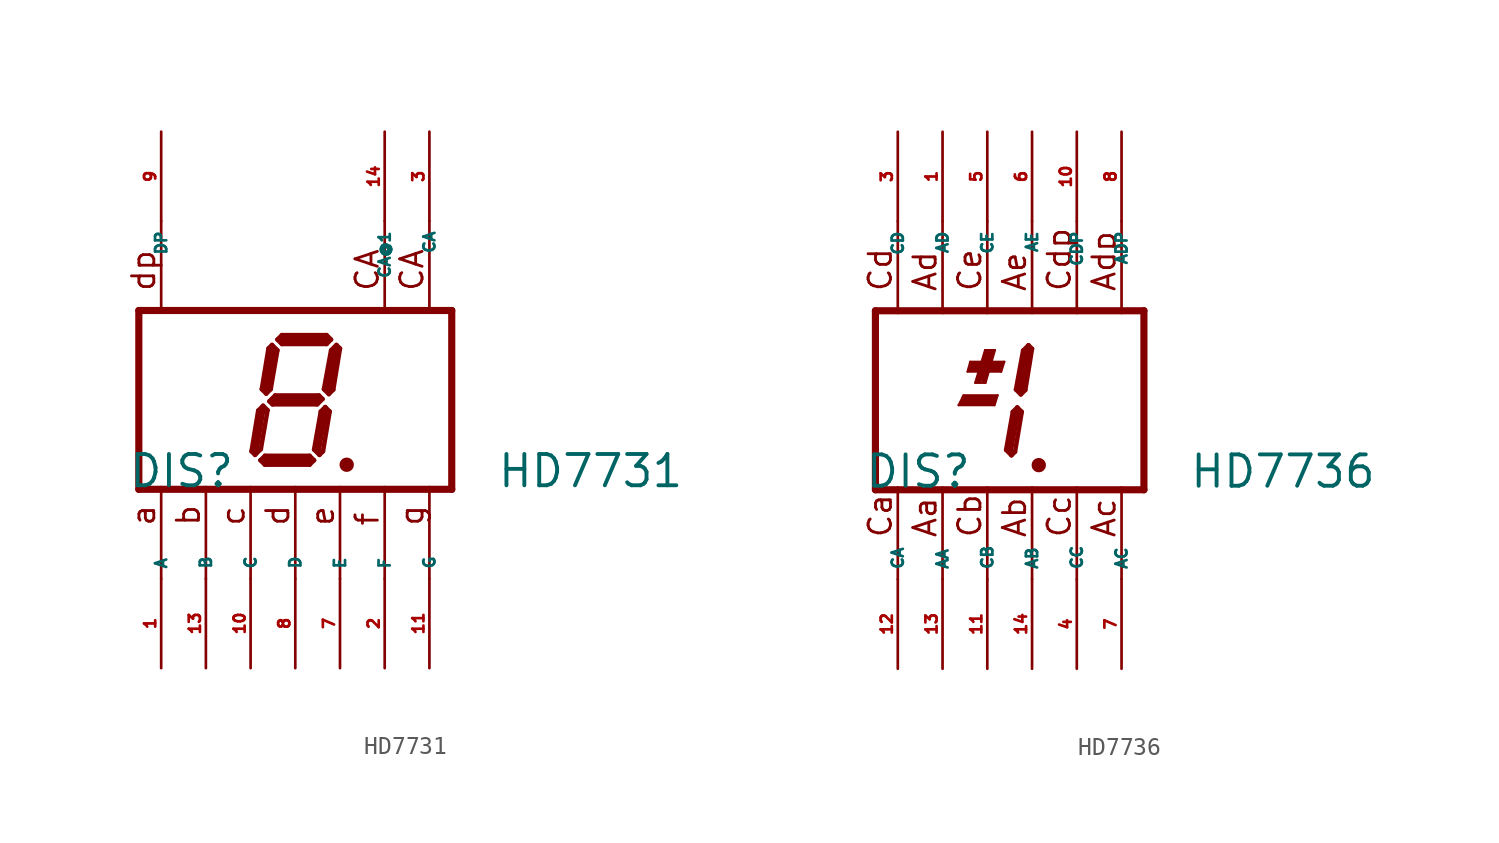
<source format=kicad_sym>
(kicad_symbol_lib
  (version 20220914)
  (generator Eagle2Kicad)
  (symbol "HD7731"
    (property "Reference" "DIS"
      (at -9.525 -5.08 0)
      (effects (font (size 1.778 1.778) (thickness 0.22)) (justify left bottom)))
    (property "Value" "HD7731"
      (at 11.43 -5.08 0)
      (effects (font (size 1.778 1.778) (thickness 0.22)) (justify left bottom)))
    (polyline
      (pts (xy 2.794 -3.683) (xy 3.048 -3.683))
      (stroke (width 0.305) (type default))
      (fill (type none)))
    (polyline
      (pts (xy 2.337 3.124) (xy 2.032 2.819))
      (stroke (width 0.254) (type default))
      (fill (type none)))
    (polyline
      (pts (xy 2.032 2.819) (xy 1.626 0.61))
      (stroke (width 0.254) (type default))
      (fill (type none)))
    (polyline
      (pts (xy 1.626 0.61) (xy 1.905 0.33))
      (stroke (width 0.254) (type default))
      (fill (type none)))
    (polyline
      (pts (xy 1.905 0.33) (xy 2.159 0.584))
      (stroke (width 0.254) (type default))
      (fill (type none)))
    (polyline
      (pts (xy 2.159 0.584) (xy 2.54 2.921))
      (stroke (width 0.254) (type default))
      (fill (type none)))
    (polyline
      (pts (xy 2.54 2.921) (xy 2.337 3.124))
      (stroke (width 0.254) (type default))
      (fill (type none)))
    (polyline
      (pts (xy 2.032 3.429) (xy 1.778 3.175))
      (stroke (width 0.254) (type default))
      (fill (type none)))
    (polyline
      (pts (xy 1.778 3.175) (xy -0.762 3.175))
      (stroke (width 0.254) (type default))
      (fill (type none)))
    (polyline
      (pts (xy -0.762 3.175) (xy -1.016 3.429))
      (stroke (width 0.254) (type default))
      (fill (type none)))
    (polyline
      (pts (xy -1.016 3.429) (xy -0.762 3.683))
      (stroke (width 0.254) (type default))
      (fill (type none)))
    (polyline
      (pts (xy -0.762 3.683) (xy 1.778 3.683))
      (stroke (width 0.254) (type default))
      (fill (type none)))
    (polyline
      (pts (xy 1.778 3.683) (xy 2.032 3.429))
      (stroke (width 0.254) (type default))
      (fill (type none)))
    (polyline
      (pts (xy -1.321 3.124) (xy -1.016 2.819))
      (stroke (width 0.254) (type default))
      (fill (type none)))
    (polyline
      (pts (xy -1.016 2.819) (xy -1.397 0.61))
      (stroke (width 0.254) (type default))
      (fill (type none)))
    (polyline
      (pts (xy -1.397 0.61) (xy -1.651 0.356))
      (stroke (width 0.254) (type default))
      (fill (type none)))
    (polyline
      (pts (xy -1.651 0.356) (xy -1.905 0.61))
      (stroke (width 0.254) (type default))
      (fill (type none)))
    (polyline
      (pts (xy -1.905 0.61) (xy -1.524 2.921))
      (stroke (width 0.254) (type default))
      (fill (type none)))
    (polyline
      (pts (xy -1.524 2.921) (xy -1.321 3.124))
      (stroke (width 0.254) (type default))
      (fill (type none)))
    (polyline
      (pts (xy -1.473 -0.076) (xy -1.143 0.254))
      (stroke (width 0.254) (type default))
      (fill (type none)))
    (polyline
      (pts (xy -1.143 0.254) (xy 1.346 0.254))
      (stroke (width 0.254) (type default))
      (fill (type none)))
    (polyline
      (pts (xy 1.346 0.254) (xy 1.549 0.051))
      (stroke (width 0.254) (type default))
      (fill (type none)))
    (polyline
      (pts (xy 1.549 0.051) (xy 1.245 -0.254))
      (stroke (width 0.254) (type default))
      (fill (type none)))
    (polyline
      (pts (xy 1.245 -0.254) (xy -1.295 -0.254))
      (stroke (width 0.254) (type default))
      (fill (type none)))
    (polyline
      (pts (xy -1.295 -0.254) (xy -1.473 -0.076))
      (stroke (width 0.254) (type default))
      (fill (type none)))
    (polyline
      (pts (xy -1.829 -0.33) (xy -1.575 -0.584))
      (stroke (width 0.254) (type default))
      (fill (type none)))
    (polyline
      (pts (xy -2.286 -3.124) (xy -1.956 -2.794))
      (stroke (width 0.254) (type default))
      (fill (type none)))
    (polyline
      (pts (xy -1.956 -2.794) (xy -1.575 -0.584))
      (stroke (width 0.254) (type default))
      (fill (type none)))
    (polyline
      (pts (xy -1.829 -0.33) (xy -2.108 -0.61))
      (stroke (width 0.254) (type default))
      (fill (type none)))
    (polyline
      (pts (xy -2.108 -0.61) (xy -2.489 -2.921))
      (stroke (width 0.254) (type default))
      (fill (type none)))
    (polyline
      (pts (xy -2.489 -2.921) (xy -2.286 -3.124))
      (stroke (width 0.254) (type default))
      (fill (type none)))
    (polyline
      (pts (xy -1.981 -3.429) (xy -1.727 -3.175))
      (stroke (width 0.254) (type default))
      (fill (type none)))
    (polyline
      (pts (xy -1.727 -3.175) (xy 0.813 -3.175))
      (stroke (width 0.254) (type default))
      (fill (type none)))
    (polyline
      (pts (xy 0.813 -3.175) (xy 1.067 -3.429))
      (stroke (width 0.254) (type default))
      (fill (type none)))
    (polyline
      (pts (xy 1.067 -3.429) (xy 0.813 -3.683))
      (stroke (width 0.254) (type default))
      (fill (type none)))
    (polyline
      (pts (xy 0.813 -3.683) (xy -1.727 -3.683))
      (stroke (width 0.254) (type default))
      (fill (type none)))
    (polyline
      (pts (xy -1.727 -3.683) (xy -1.981 -3.429))
      (stroke (width 0.254) (type default))
      (fill (type none)))
    (polyline
      (pts (xy 1.702 -0.406) (xy 1.448 -0.66))
      (stroke (width 0.254) (type default))
      (fill (type none)))
    (polyline
      (pts (xy 1.448 -0.66) (xy 1.067 -2.819))
      (stroke (width 0.254) (type default))
      (fill (type none)))
    (polyline
      (pts (xy 1.067 -2.819) (xy 1.372 -3.124))
      (stroke (width 0.254) (type default))
      (fill (type none)))
    (polyline
      (pts (xy 1.372 -3.124) (xy 1.575 -2.921))
      (stroke (width 0.254) (type default))
      (fill (type none)))
    (polyline
      (pts (xy 1.575 -2.921) (xy 1.956 -0.66))
      (stroke (width 0.254) (type default))
      (fill (type none)))
    (polyline
      (pts (xy 1.956 -0.66) (xy 1.702 -0.406))
      (stroke (width 0.254) (type default))
      (fill (type none)))
    (polyline
      (pts (xy 2.286 2.794) (xy 1.905 0.635))
      (stroke (width 0.406) (type default))
      (fill (type none)))
    (polyline
      (pts (xy 1.778 3.429) (xy -0.762 3.429))
      (stroke (width 0.406) (type default))
      (fill (type none)))
    (polyline
      (pts (xy -1.27 2.794) (xy -1.651 0.635))
      (stroke (width 0.406) (type default))
      (fill (type none)))
    (polyline
      (pts (xy -1.27 0) (xy 1.27 0))
      (stroke (width 0.406) (type default))
      (fill (type none)))
    (polyline
      (pts (xy 1.651 -0.762) (xy 1.27 -2.794))
      (stroke (width 0.406) (type default))
      (fill (type none)))
    (polyline
      (pts (xy 0.762 -3.429) (xy -1.651 -3.429))
      (stroke (width 0.406) (type default))
      (fill (type none)))
    (polyline
      (pts (xy -2.286 -2.921) (xy -1.905 -0.635))
      (stroke (width 0.406) (type default))
      (fill (type none)))
    (polyline
      (pts (xy -8.89 5.08) (xy 8.89 5.08))
      (stroke (width 0.406) (type default))
      (fill (type none)))
    (polyline
      (pts (xy 8.89 -5.08) (xy 8.89 5.08))
      (stroke (width 0.406) (type default))
      (fill (type none)))
    (polyline
      (pts (xy 8.89 -5.08) (xy -8.89 -5.08))
      (stroke (width 0.406) (type default))
      (fill (type none)))
    (polyline
      (pts (xy -8.89 5.08) (xy -8.89 -5.08))
      (stroke (width 0.406) (type default))
      (fill (type none)))
    (polyline
      (pts (xy 7.62 -4.953) (xy 7.62 -10.16))
      (stroke (width 0.152) (type default))
      (fill (type none)))
    (polyline
      (pts (xy 5.08 -4.953) (xy 5.08 -10.16))
      (stroke (width 0.152) (type default))
      (fill (type none)))
    (polyline
      (pts (xy 0 -4.953) (xy 0 -10.16))
      (stroke (width 0.152) (type default))
      (fill (type none)))
    (polyline
      (pts (xy -5.08 -4.953) (xy -5.08 -10.16))
      (stroke (width 0.152) (type default))
      (fill (type none)))
    (polyline
      (pts (xy -7.62 -4.953) (xy -7.62 -10.16))
      (stroke (width 0.152) (type default))
      (fill (type none)))
    (polyline
      (pts (xy 7.62 10.16) (xy 7.62 4.953))
      (stroke (width 0.152) (type default))
      (fill (type none)))
    (polyline
      (pts (xy -2.54 -4.953) (xy -2.54 -10.16))
      (stroke (width 0.152) (type default))
      (fill (type none)))
    (polyline
      (pts (xy 2.54 -4.953) (xy 2.54 -10.16))
      (stroke (width 0.152) (type default))
      (fill (type none)))
    (polyline
      (pts (xy -7.62 10.16) (xy -7.62 4.953))
      (stroke (width 0.152) (type default))
      (fill (type none)))
    (polyline
      (pts (xy 5.08 10.16) (xy 5.08 4.953))
      (stroke (width 0.152) (type default))
      (fill (type none)))
    (text "CA"
      (at 7.366 6.096 900)
      (effects (font (size 1.27 1.27) (thickness 0.16)) (justify left bottom)))
    (text "CA"
      (at 4.826 6.096 900)
      (effects (font (size 1.27 1.27) (thickness 0.16)) (justify left bottom)))
    (text "a"
      (at -7.874 -7.239 900)
      (effects (font (size 1.27 1.27) (thickness 0.16)) (justify left bottom)))
    (text "b"
      (at -5.334 -7.239 900)
      (effects (font (size 1.27 1.27) (thickness 0.16)) (justify left bottom)))
    (text "c"
      (at -2.794 -7.239 900)
      (effects (font (size 1.27 1.27) (thickness 0.16)) (justify left bottom)))
    (text "d"
      (at -0.254 -7.239 900)
      (effects (font (size 1.27 1.27) (thickness 0.16)) (justify left bottom)))
    (text "e"
      (at 2.286 -7.239 900)
      (effects (font (size 1.27 1.27) (thickness 0.16)) (justify left bottom)))
    (text "f"
      (at 4.826 -7.239 900)
      (effects (font (size 1.27 1.27) (thickness 0.16)) (justify left bottom)))
    (text "g"
      (at 7.366 -7.239 900)
      (effects (font (size 1.27 1.27) (thickness 0.16)) (justify left bottom)))
    (text "dp"
      (at -7.874 6.096 900)
      (effects (font (size 1.27 1.27) (thickness 0.16)) (justify left bottom)))
    (circle
      (center 2.921 -3.683)
      (radius 0.254)
      (stroke (width 0.305) (type default))
      (fill (type none)))
    (pin passive line
      (at -7.62 15.24 270)
      (length 5.08)
      (name "DP" (effects (font (size 0.635 0.635) (thickness 0.08)) (justify left bottom)))
      (number "9" (effects (font (size 0.635 0.635) (thickness 0.08)) (justify left bottom))))
    (pin passive line
      (at 5.08 -15.24 90)
      (length 5.08)
      (name "F" (effects (font (size 0.635 0.635) (thickness 0.08)) (justify left bottom)))
      (number "2" (effects (font (size 0.635 0.635) (thickness 0.08)) (justify left bottom))))
    (pin passive line
      (at 0 -15.24 90)
      (length 5.08)
      (name "D" (effects (font (size 0.635 0.635) (thickness 0.08)) (justify left bottom)))
      (number "8" (effects (font (size 0.635 0.635) (thickness 0.08)) (justify left bottom))))
    (pin passive line
      (at -5.08 -15.24 90)
      (length 5.08)
      (name "B" (effects (font (size 0.635 0.635) (thickness 0.08)) (justify left bottom)))
      (number "13" (effects (font (size 0.635 0.635) (thickness 0.08)) (justify left bottom))))
    (pin passive line
      (at -7.62 -15.24 90)
      (length 5.08)
      (name "A" (effects (font (size 0.635 0.635) (thickness 0.08)) (justify left bottom)))
      (number "1" (effects (font (size 0.635 0.635) (thickness 0.08)) (justify left bottom))))
    (pin passive line
      (at 7.62 15.24 270)
      (length 5.08)
      (name "CA" (effects (font (size 0.635 0.635) (thickness 0.08)) (justify left bottom)))
      (number "3" (effects (font (size 0.635 0.635) (thickness 0.08)) (justify left bottom))))
    (pin passive line
      (at -2.54 -15.24 90)
      (length 5.08)
      (name "C" (effects (font (size 0.635 0.635) (thickness 0.08)) (justify left bottom)))
      (number "10" (effects (font (size 0.635 0.635) (thickness 0.08)) (justify left bottom))))
    (pin passive line
      (at 2.54 -15.24 90)
      (length 5.08)
      (name "E" (effects (font (size 0.635 0.635) (thickness 0.08)) (justify left bottom)))
      (number "7" (effects (font (size 0.635 0.635) (thickness 0.08)) (justify left bottom))))
    (pin passive line
      (at 7.62 -15.24 90)
      (length 5.08)
      (name "G" (effects (font (size 0.635 0.635) (thickness 0.08)) (justify left bottom)))
      (number "11" (effects (font (size 0.635 0.635) (thickness 0.08)) (justify left bottom))))
    (pin passive line
      (at 5.08 15.24 270)
      (length 5.08)
      (name "CA@1" (effects (font (size 0.635 0.635) (thickness 0.08)) (justify left bottom)))
      (number "14" (effects (font (size 0.635 0.635) (thickness 0.08)) (justify left bottom)))))
  (symbol "HD7736"
    (property "Reference" "DIS"
      (at -6.985 -5.08 0)
      (effects (font (size 1.778 1.778) (thickness 0.22)) (justify left bottom)))
    (property "Value" "HD7736"
      (at 11.43 -5.08 0)
      (effects (font (size 1.778 1.778) (thickness 0.22)) (justify left bottom)))
    (polyline
      (pts (xy 0.584 0.279) (xy 0.406 -0.279))
      (stroke (width 0.127) (type default))
      (fill (type none)))
    (polyline
      (pts (xy 0.584 0.279) (xy -1.346 0.279))
      (stroke (width 0.127) (type default))
      (fill (type none)))
    (polyline
      (pts (xy -1.346 0.279) (xy -1.626 -0.279))
      (stroke (width 0.127) (type default))
      (fill (type none)))
    (polyline
      (pts (xy -1.626 -0.279) (xy 0.406 -0.279))
      (stroke (width 0.127) (type default))
      (fill (type none)))
    (polyline
      (pts (xy 0.965 2.184) (xy 0.787 1.626))
      (stroke (width 0.127) (type default))
      (fill (type none)))
    (polyline
      (pts (xy 0.965 2.184) (xy -0.965 2.184))
      (stroke (width 0.127) (type default))
      (fill (type none)))
    (polyline
      (pts (xy -0.965 2.184) (xy -1.118 1.626))
      (stroke (width 0.127) (type default))
      (fill (type none)))
    (polyline
      (pts (xy -1.118 1.626) (xy 0.787 1.626))
      (stroke (width 0.127) (type default))
      (fill (type none)))
    (polyline
      (pts (xy -0.102 0.991) (xy -0.686 0.991))
      (stroke (width 0.127) (type default))
      (fill (type none)))
    (polyline
      (pts (xy -0.102 0.991) (xy 0.432 2.845))
      (stroke (width 0.127) (type default))
      (fill (type none)))
    (polyline
      (pts (xy 0.432 2.845) (xy -0.127 2.845))
      (stroke (width 0.127) (type default))
      (fill (type none)))
    (polyline
      (pts (xy -0.127 2.845) (xy -0.686 0.991))
      (stroke (width 0.127) (type default))
      (fill (type none)))
    (polyline
      (pts (xy -1.321 0.127) (xy 0.406 0.127))
      (stroke (width 0.305) (type default))
      (fill (type none)))
    (polyline
      (pts (xy -0.889 2.032) (xy 0.787 2.032))
      (stroke (width 0.305) (type default))
      (fill (type none)))
    (polyline
      (pts (xy -0.203 1.143) (xy 0.254 2.718))
      (stroke (width 0.305) (type default))
      (fill (type none)))
    (polyline
      (pts (xy 2.794 -3.683) (xy 3.048 -3.683))
      (stroke (width 0.305) (type default))
      (fill (type none)))
    (polyline
      (pts (xy 2.337 3.124) (xy 2.032 2.819))
      (stroke (width 0.254) (type default))
      (fill (type none)))
    (polyline
      (pts (xy 2.032 2.819) (xy 1.626 0.61))
      (stroke (width 0.254) (type default))
      (fill (type none)))
    (polyline
      (pts (xy 1.626 0.61) (xy 1.905 0.33))
      (stroke (width 0.254) (type default))
      (fill (type none)))
    (polyline
      (pts (xy 1.905 0.33) (xy 2.159 0.584))
      (stroke (width 0.254) (type default))
      (fill (type none)))
    (polyline
      (pts (xy 2.159 0.584) (xy 2.54 2.921))
      (stroke (width 0.254) (type default))
      (fill (type none)))
    (polyline
      (pts (xy 2.54 2.921) (xy 2.337 3.124))
      (stroke (width 0.254) (type default))
      (fill (type none)))
    (polyline
      (pts (xy 1.702 -0.406) (xy 1.448 -0.66))
      (stroke (width 0.254) (type default))
      (fill (type none)))
    (polyline
      (pts (xy 1.448 -0.66) (xy 1.067 -2.819))
      (stroke (width 0.254) (type default))
      (fill (type none)))
    (polyline
      (pts (xy 1.067 -2.819) (xy 1.372 -3.124))
      (stroke (width 0.254) (type default))
      (fill (type none)))
    (polyline
      (pts (xy 1.372 -3.124) (xy 1.575 -2.921))
      (stroke (width 0.254) (type default))
      (fill (type none)))
    (polyline
      (pts (xy 1.575 -2.921) (xy 1.956 -0.66))
      (stroke (width 0.254) (type default))
      (fill (type none)))
    (polyline
      (pts (xy 1.956 -0.66) (xy 1.702 -0.406))
      (stroke (width 0.254) (type default))
      (fill (type none)))
    (polyline
      (pts (xy 2.286 2.794) (xy 1.905 0.635))
      (stroke (width 0.406) (type default))
      (fill (type none)))
    (polyline
      (pts (xy 1.651 -0.762) (xy 1.27 -2.794))
      (stroke (width 0.406) (type default))
      (fill (type none)))
    (polyline
      (pts (xy -6.35 5.08) (xy 8.89 5.08))
      (stroke (width 0.406) (type default))
      (fill (type none)))
    (polyline
      (pts (xy 8.89 -5.08) (xy 8.89 5.08))
      (stroke (width 0.406) (type default))
      (fill (type none)))
    (polyline
      (pts (xy 8.89 -5.08) (xy -6.35 -5.08))
      (stroke (width 0.406) (type default))
      (fill (type none)))
    (polyline
      (pts (xy -6.35 5.08) (xy -6.35 -5.08))
      (stroke (width 0.406) (type default))
      (fill (type none)))
    (polyline
      (pts (xy 5.08 -4.953) (xy 5.08 -10.16))
      (stroke (width 0.152) (type default))
      (fill (type none)))
    (polyline
      (pts (xy 2.54 -4.953) (xy 2.54 -10.16))
      (stroke (width 0.152) (type default))
      (fill (type none)))
    (polyline
      (pts (xy -2.54 -4.953) (xy -2.54 -10.16))
      (stroke (width 0.152) (type default))
      (fill (type none)))
    (polyline
      (pts (xy -5.08 -4.953) (xy -5.08 -10.16))
      (stroke (width 0.152) (type default))
      (fill (type none)))
    (polyline
      (pts (xy 7.62 10.16) (xy 7.62 4.953))
      (stroke (width 0.152) (type default))
      (fill (type none)))
    (polyline
      (pts (xy 0 -4.953) (xy 0 -10.16))
      (stroke (width 0.152) (type default))
      (fill (type none)))
    (polyline
      (pts (xy 5.08 10.16) (xy 5.08 4.953))
      (stroke (width 0.152) (type default))
      (fill (type none)))
    (polyline
      (pts (xy -0.965 1.778) (xy 0.711 1.778))
      (stroke (width 0.305) (type default))
      (fill (type none)))
    (polyline
      (pts (xy -0.483 1.118) (xy 0 2.718))
      (stroke (width 0.305) (type default))
      (fill (type none)))
    (polyline
      (pts (xy -1.422 -0.127) (xy 0.356 -0.127))
      (stroke (width 0.305) (type default))
      (fill (type none)))
    (polyline
      (pts (xy 2.54 10.16) (xy 2.54 4.953))
      (stroke (width 0.152) (type default))
      (fill (type none)))
    (polyline
      (pts (xy 0 10.16) (xy 0 4.953))
      (stroke (width 0.152) (type default))
      (fill (type none)))
    (polyline
      (pts (xy -2.54 10.16) (xy -2.54 4.953))
      (stroke (width 0.152) (type default))
      (fill (type none)))
    (polyline
      (pts (xy -5.08 10.16) (xy -5.08 4.953))
      (stroke (width 0.152) (type default))
      (fill (type none)))
    (polyline
      (pts (xy 7.62 -4.953) (xy 7.62 -10.16))
      (stroke (width 0.152) (type default))
      (fill (type none)))
    (text "Ca"
      (at -5.334 -7.874 900)
      (effects (font (size 1.27 1.27) (thickness 0.16)) (justify left bottom)))
    (text "Aa"
      (at -2.794 -7.874 900)
      (effects (font (size 1.27 1.27) (thickness 0.16)) (justify left bottom)))
    (text "Cb"
      (at -0.254 -7.874 900)
      (effects (font (size 1.27 1.27) (thickness 0.16)) (justify left bottom)))
    (text "Ab"
      (at 2.286 -7.874 900)
      (effects (font (size 1.27 1.27) (thickness 0.16)) (justify left bottom)))
    (text "Cc"
      (at 4.826 -7.874 900)
      (effects (font (size 1.27 1.27) (thickness 0.16)) (justify left bottom)))
    (text "Ac"
      (at 7.366 -7.874 900)
      (effects (font (size 1.27 1.27) (thickness 0.16)) (justify left bottom)))
    (text "Cd"
      (at -5.334 6.096 900)
      (effects (font (size 1.27 1.27) (thickness 0.16)) (justify left bottom)))
    (text "Ad"
      (at -2.794 6.096 900)
      (effects (font (size 1.27 1.27) (thickness 0.16)) (justify left bottom)))
    (text "Ce"
      (at -0.254 6.096 900)
      (effects (font (size 1.27 1.27) (thickness 0.16)) (justify left bottom)))
    (text "Ae"
      (at 2.286 6.096 900)
      (effects (font (size 1.27 1.27) (thickness 0.16)) (justify left bottom)))
    (text "Cdp"
      (at 4.826 6.096 900)
      (effects (font (size 1.27 1.27) (thickness 0.16)) (justify left bottom)))
    (text "Adp"
      (at 7.366 6.096 900)
      (effects (font (size 1.27 1.27) (thickness 0.16)) (justify left bottom)))
    (circle
      (center 2.921 -3.683)
      (radius 0.254)
      (stroke (width 0.305) (type default))
      (fill (type none)))
    (pin passive line
      (at 2.54 -15.24 90)
      (length 5.08)
      (name "AB" (effects (font (size 0.635 0.635) (thickness 0.08)) (justify left bottom)))
      (number "14" (effects (font (size 0.635 0.635) (thickness 0.08)) (justify left bottom))))
    (pin passive line
      (at -2.54 -15.24 90)
      (length 5.08)
      (name "AA" (effects (font (size 0.635 0.635) (thickness 0.08)) (justify left bottom)))
      (number "13" (effects (font (size 0.635 0.635) (thickness 0.08)) (justify left bottom))))
    (pin passive line
      (at -5.08 -15.24 90)
      (length 5.08)
      (name "CA" (effects (font (size 0.635 0.635) (thickness 0.08)) (justify left bottom)))
      (number "12" (effects (font (size 0.635 0.635) (thickness 0.08)) (justify left bottom))))
    (pin passive line
      (at 7.62 15.24 270)
      (length 5.08)
      (name "ADP" (effects (font (size 0.635 0.635) (thickness 0.08)) (justify left bottom)))
      (number "8" (effects (font (size 0.635 0.635) (thickness 0.08)) (justify left bottom))))
    (pin passive line
      (at 0 -15.24 90)
      (length 5.08)
      (name "CB" (effects (font (size 0.635 0.635) (thickness 0.08)) (justify left bottom)))
      (number "11" (effects (font (size 0.635 0.635) (thickness 0.08)) (justify left bottom))))
    (pin passive line
      (at 5.08 -15.24 90)
      (length 5.08)
      (name "CC" (effects (font (size 0.635 0.635) (thickness 0.08)) (justify left bottom)))
      (number "4" (effects (font (size 0.635 0.635) (thickness 0.08)) (justify left bottom))))
    (pin passive line
      (at 5.08 15.24 270)
      (length 5.08)
      (name "CDP" (effects (font (size 0.635 0.635) (thickness 0.08)) (justify left bottom)))
      (number "10" (effects (font (size 0.635 0.635) (thickness 0.08)) (justify left bottom))))
    (pin passive line
      (at 2.54 15.24 270)
      (length 5.08)
      (name "AE" (effects (font (size 0.635 0.635) (thickness 0.08)) (justify left bottom)))
      (number "6" (effects (font (size 0.635 0.635) (thickness 0.08)) (justify left bottom))))
    (pin passive line
      (at 0 15.24 270)
      (length 5.08)
      (name "CE" (effects (font (size 0.635 0.635) (thickness 0.08)) (justify left bottom)))
      (number "5" (effects (font (size 0.635 0.635) (thickness 0.08)) (justify left bottom))))
    (pin passive line
      (at -2.54 15.24 270)
      (length 5.08)
      (name "AD" (effects (font (size 0.635 0.635) (thickness 0.08)) (justify left bottom)))
      (number "1" (effects (font (size 0.635 0.635) (thickness 0.08)) (justify left bottom))))
    (pin passive line
      (at -5.08 15.24 270)
      (length 5.08)
      (name "CD" (effects (font (size 0.635 0.635) (thickness 0.08)) (justify left bottom)))
      (number "3" (effects (font (size 0.635 0.635) (thickness 0.08)) (justify left bottom))))
    (pin passive line
      (at 7.62 -15.24 90)
      (length 5.08)
      (name "AC" (effects (font (size 0.635 0.635) (thickness 0.08)) (justify left bottom)))
      (number "7" (effects (font (size 0.635 0.635) (thickness 0.08)) (justify left bottom))))))
</source>
